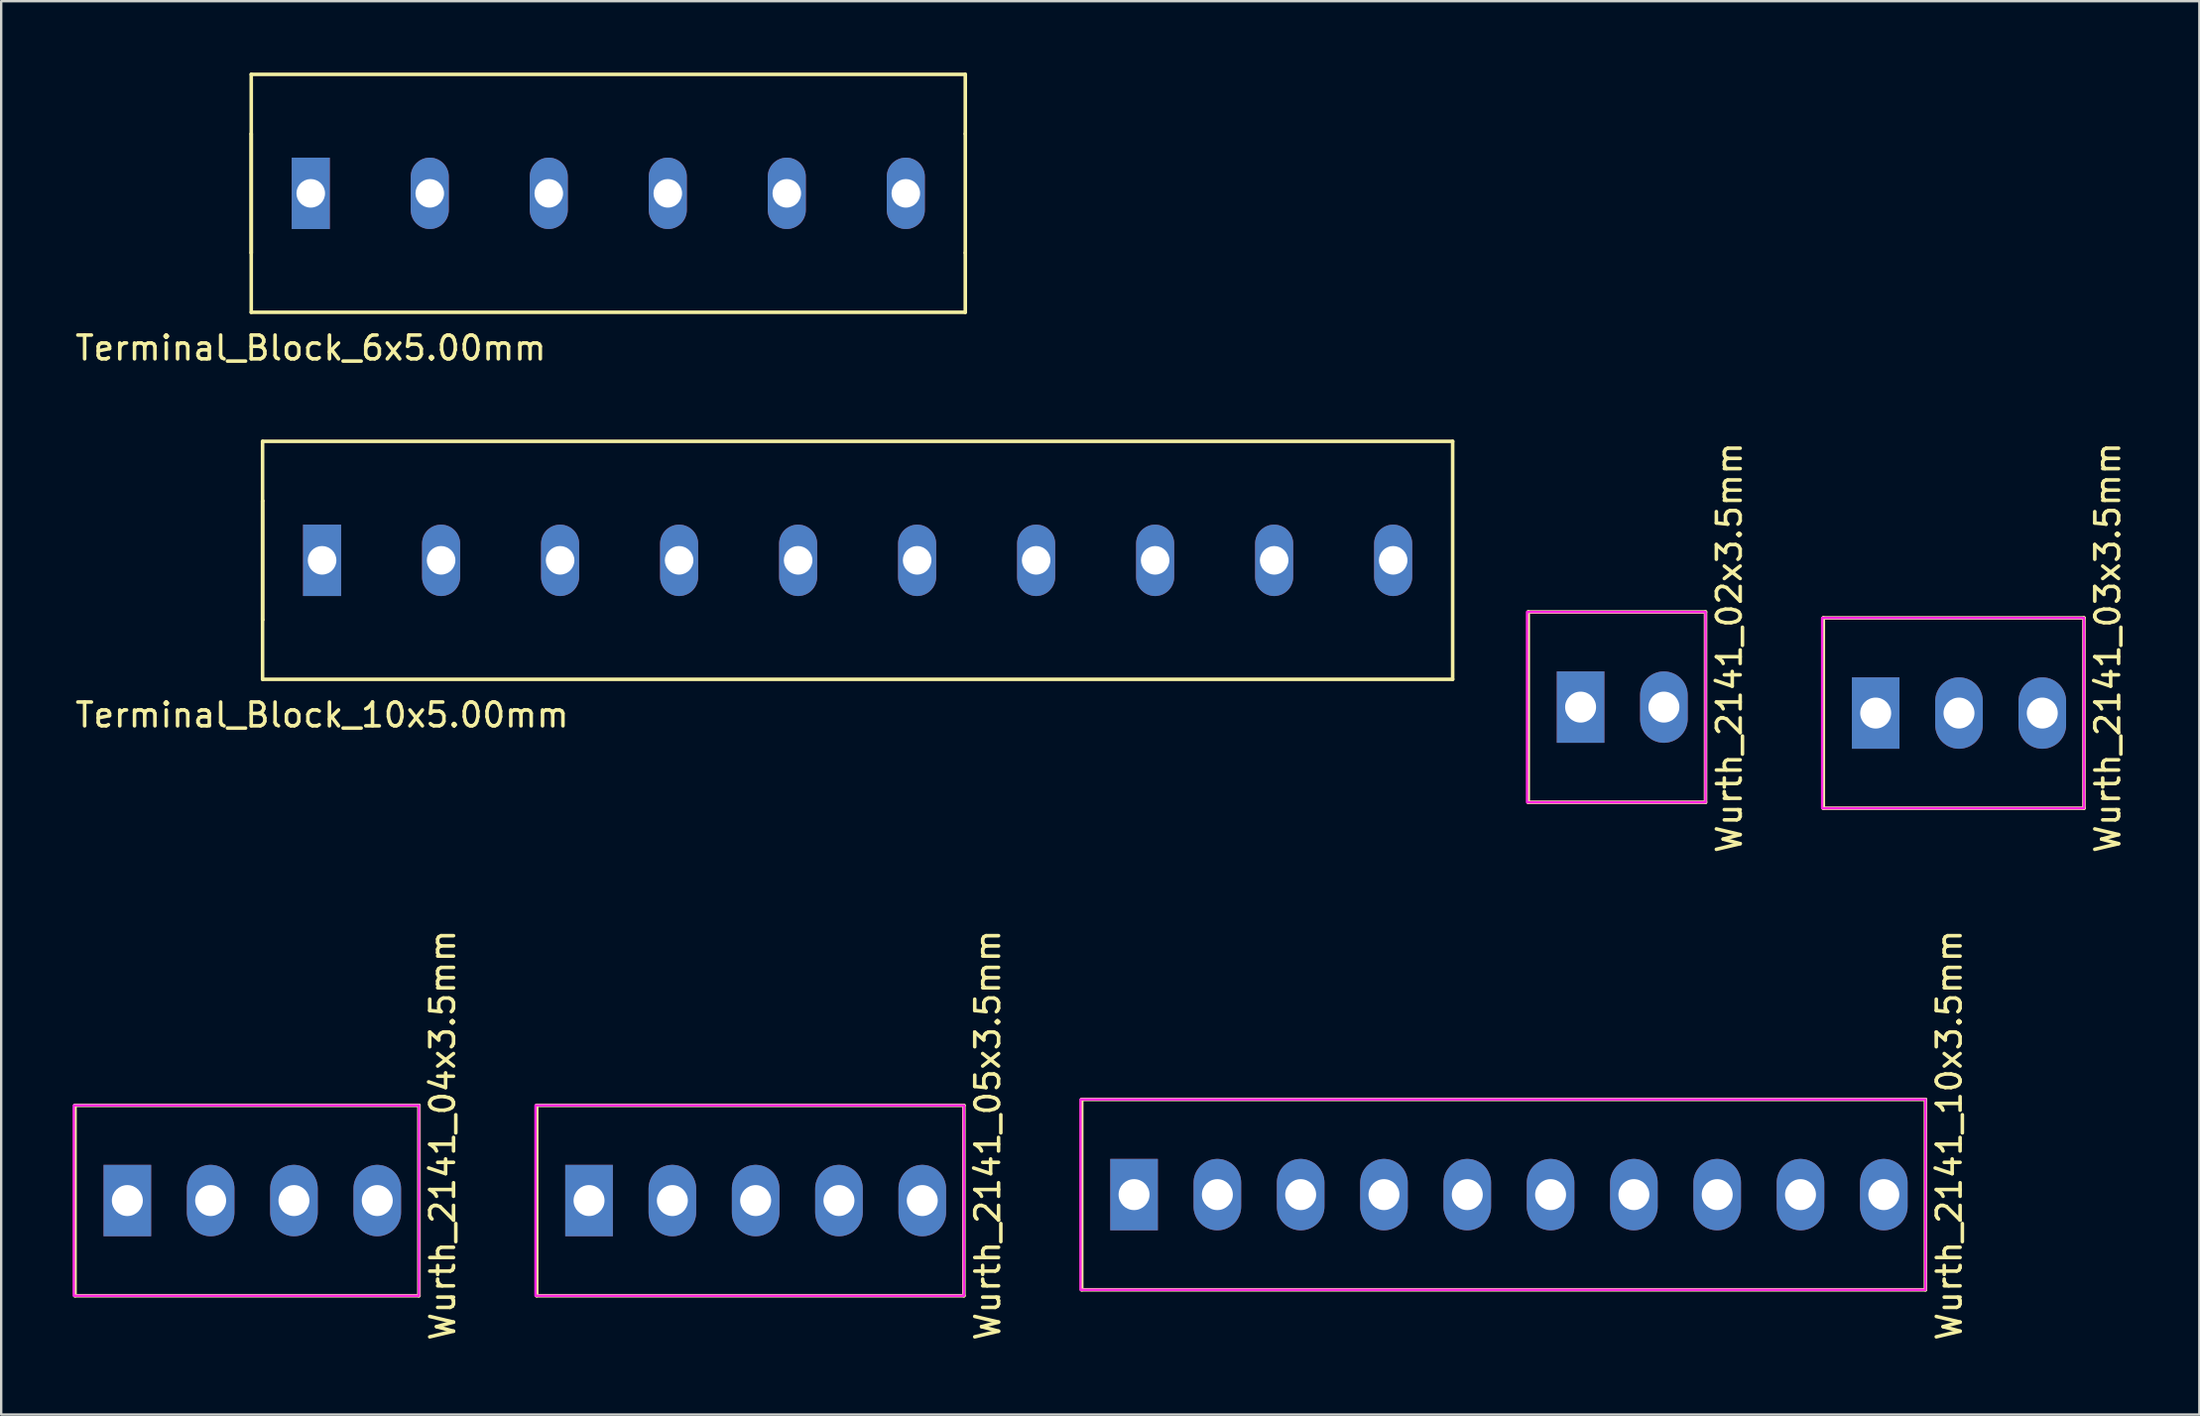
<source format=kicad_pcb>
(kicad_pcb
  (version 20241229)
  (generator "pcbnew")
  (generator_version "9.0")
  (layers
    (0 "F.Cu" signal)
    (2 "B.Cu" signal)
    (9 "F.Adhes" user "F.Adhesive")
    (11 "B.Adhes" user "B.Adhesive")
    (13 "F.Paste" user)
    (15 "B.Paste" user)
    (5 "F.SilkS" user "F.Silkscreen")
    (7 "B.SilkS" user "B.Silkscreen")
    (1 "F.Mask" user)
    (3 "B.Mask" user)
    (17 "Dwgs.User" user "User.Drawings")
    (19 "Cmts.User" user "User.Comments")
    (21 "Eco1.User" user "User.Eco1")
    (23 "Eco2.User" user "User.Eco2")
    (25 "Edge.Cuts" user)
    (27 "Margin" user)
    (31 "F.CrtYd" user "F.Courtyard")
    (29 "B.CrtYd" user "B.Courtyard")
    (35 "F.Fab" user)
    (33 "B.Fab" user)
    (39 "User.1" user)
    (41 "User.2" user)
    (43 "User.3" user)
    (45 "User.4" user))
  (footprint "Terminal_Block_10x5.00mm"
    (layer "F.Cu")
    (at 10.482 20.498)
    (property "Reference" "Terminal_Block_10x5.00mm" (at 0 6.5 0) (layer "F.SilkS") (effects (font (size 1 1) (thickness 0.15))))
    (attr through_hole)
    (fp_line (start -2.5 -5) (end -2.5 -2.5) (stroke (width 0.15) (type solid)) (layer "F.SilkS"))
    (fp_line (start -2.5 -2.5) (end -2.5 2.5) (stroke (width 0.15) (type solid)) (layer "F.SilkS"))
    (fp_line (start -2.5 -2.5) (end -2.5 2.5) (stroke (width 0.15) (type solid)) (layer "F.SilkS"))
    (fp_line (start -2.5 2.5) (end -2.5 5) (stroke (width 0.15) (type solid)) (layer "F.SilkS"))
    (fp_line (start -2.5 5) (end 47.5 5) (stroke (width 0.15) (type solid)) (layer "F.SilkS"))
    (fp_line (start 47.5 -5) (end -2.5 -5) (stroke (width 0.15) (type solid)) (layer "F.SilkS"))
    (fp_line (start 47.5 5) (end 47.5 -5) (stroke (width 0.15) (type solid)) (layer "F.SilkS"))
    (pad "1" thru_hole rect (at 0 0) (size 1.6 3) (drill 1.2) (layers "*.Cu" "*.Mask"))
    (pad "2" thru_hole oval (at 5 0) (size 1.6 3) (drill 1.2) (layers "*.Cu" "*.Mask"))
    (pad "3" thru_hole oval (at 10 0) (size 1.6 3) (drill 1.2) (layers "*.Cu" "*.Mask"))
    (pad "4" thru_hole oval (at 15 0) (size 1.6 3) (drill 1.2) (layers "*.Cu" "*.Mask"))
    (pad "5" thru_hole oval (at 20 0) (size 1.6 3) (drill 1.2) (layers "*.Cu" "*.Mask"))
    (pad "6" thru_hole oval (at 25 0) (size 1.6 3) (drill 1.2) (layers "*.Cu" "*.Mask"))
    (pad "7" thru_hole oval (at 30 0) (size 1.6 3) (drill 1.2) (layers "*.Cu" "*.Mask"))
    (pad "8" thru_hole oval (at 35 0) (size 1.6 3) (drill 1.2) (layers "*.Cu" "*.Mask"))
    (pad "9" thru_hole oval (at 40 0) (size 1.6 3) (drill 1.2) (layers "*.Cu" "*.Mask"))
    (pad "10" thru_hole oval (at 45 0) (size 1.6 3) (drill 1.2) (layers "*.Cu" "*.Mask")))
  (footprint "Wurth_2141_10x3.5mm"
    (layer "F.Cu")
    (at 49.846 47.155)
    (property "Reference" "Wurth_2141_10x3.5mm" (at 29 -2.5 90) (layer "F.SilkS") (effects (font (size 1 1) (thickness 0.15))))
    (attr through_hole)
    (fp_line (start -7.45 -4) (end -7.45 4) (stroke (width 0.15) (type solid)) (layer "F.SilkS"))
    (fp_line (start -7.45 -4) (end 28 -4) (stroke (width 0.15) (type solid)) (layer "F.SilkS"))
    (fp_line (start -7.45 4) (end 28 4) (stroke (width 0.15) (type solid)) (layer "F.SilkS"))
    (fp_line (start 28 -4) (end 28 4) (stroke (width 0.15) (type solid)) (layer "F.SilkS"))
    (fp_poly (pts (xy -7.5 -4) (xy 28 -4) (xy 28 4) (xy -7.5 4)) (stroke (width 0.1) (type solid)) (fill no) (layer "F.CrtYd"))
    (pad "1" thru_hole rect (at -5.25 0) (size 2 3) (drill 1.3) (layers "*.Cu" "*.Mask"))
    (pad "2" thru_hole oval (at -1.75 0) (size 2 3) (drill 1.3) (layers "*.Cu" "*.Mask"))
    (pad "3" thru_hole oval (at 1.75 0) (size 2 3) (drill 1.3) (layers "*.Cu" "*.Mask"))
    (pad "4" thru_hole oval (at 5.25 0) (size 2 3) (drill 1.3) (layers "*.Cu" "*.Mask"))
    (pad "5" thru_hole oval (at 8.75 0) (size 2 3) (drill 1.3) (layers "*.Cu" "*.Mask"))
    (pad "6" thru_hole oval (at 12.25 0) (size 2 3) (drill 1.3) (layers "*.Cu" "*.Mask"))
    (pad "7" thru_hole oval (at 15.75 0) (size 2 3) (drill 1.3) (layers "*.Cu" "*.Mask"))
    (pad "8" thru_hole oval (at 19.25 0) (size 2 3) (drill 1.3) (layers "*.Cu" "*.Mask"))
    (pad "9" thru_hole oval (at 22.75 0) (size 2 3) (drill 1.3) (layers "*.Cu" "*.Mask"))
    (pad "10" thru_hole oval (at 26.25 0) (size 2 3) (drill 1.3) (layers "*.Cu" "*.Mask")))
  (footprint "Wurth_2141_04x3.5mm"
    (layer "F.Cu")
    (at 7.55 47.405)
    (property "Reference" "Wurth_2141_04x3.5mm" (at 8 -2.75 90) (layer "F.SilkS") (effects (font (size 1 1) (thickness 0.15))))
    (attr through_hole)
    (fp_line (start -7.45 -4) (end -7.45 4) (stroke (width 0.15) (type solid)) (layer "F.SilkS"))
    (fp_line (start -7.45 -4) (end 7 -4) (stroke (width 0.15) (type solid)) (layer "F.SilkS"))
    (fp_line (start -7.45 4) (end 7 4) (stroke (width 0.15) (type solid)) (layer "F.SilkS"))
    (fp_line (start 7 -4) (end 7 4) (stroke (width 0.15) (type solid)) (layer "F.SilkS"))
    (fp_poly (pts (xy -7.5 -4) (xy 7 -4) (xy 7 4) (xy -7.5 4)) (stroke (width 0.1) (type solid)) (fill no) (layer "F.CrtYd"))
    (pad "1" thru_hole rect (at -5.25 0) (size 2 3) (drill 1.3) (layers "*.Cu" "*.Mask"))
    (pad "2" thru_hole oval (at -1.75 0) (size 2 3) (drill 1.3) (layers "*.Cu" "*.Mask"))
    (pad "3" thru_hole oval (at 1.75 0) (size 2 3) (drill 1.3) (layers "*.Cu" "*.Mask"))
    (pad "4" thru_hole oval (at 5.25 0) (size 2 3) (drill 1.3) (layers "*.Cu" "*.Mask")))
  (footprint "Terminal_Block_6x5.00mm"
    (layer "F.Cu")
    (at 10.006 5.075)
    (property "Reference" "Terminal_Block_6x5.00mm" (at 0 6.5 0) (layer "F.SilkS") (effects (font (size 1 1) (thickness 0.15))))
    (attr through_hole)
    (fp_line (start -2.5 -5) (end -2.5 -2.5) (stroke (width 0.15) (type solid)) (layer "F.SilkS"))
    (fp_line (start -2.5 -2.5) (end -2.5 2.5) (stroke (width 0.15) (type solid)) (layer "F.SilkS"))
    (fp_line (start -2.5 -2.5) (end -2.5 2.5) (stroke (width 0.15) (type solid)) (layer "F.SilkS"))
    (fp_line (start -2.5 2.5) (end -2.5 5) (stroke (width 0.15) (type solid)) (layer "F.SilkS"))
    (fp_line (start -2.5 5) (end 27.5 5) (stroke (width 0.15) (type solid)) (layer "F.SilkS"))
    (fp_line (start 27.5 -5) (end -2.5 -5) (stroke (width 0.15) (type solid)) (layer "F.SilkS"))
    (fp_line (start 27.5 -2.5) (end 27.5 -5) (stroke (width 0.15) (type solid)) (layer "F.SilkS"))
    (fp_line (start 27.5 -2.5) (end 27.5 2.5) (stroke (width 0.15) (type solid)) (layer "F.SilkS"))
    (fp_line (start 27.5 5) (end 27.5 2.5) (stroke (width 0.15) (type solid)) (layer "F.SilkS"))
    (pad "1" thru_hole rect (at 0 0) (size 1.6 3) (drill 1.2) (layers "*.Cu" "*.Mask"))
    (pad "2" thru_hole oval (at 5 0) (size 1.6 3) (drill 1.2) (layers "*.Cu" "*.Mask"))
    (pad "3" thru_hole oval (at 10 0) (size 1.6 3) (drill 1.2) (layers "*.Cu" "*.Mask"))
    (pad "4" thru_hole oval (at 15 0) (size 1.6 3) (drill 1.2) (layers "*.Cu" "*.Mask"))
    (pad "5" thru_hole oval (at 20 0) (size 1.6 3) (drill 1.2) (layers "*.Cu" "*.Mask"))
    (pad "6" thru_hole oval (at 25 0) (size 1.6 3) (drill 1.2) (layers "*.Cu" "*.Mask")))
  (footprint "Wurth_2141_03x3.5mm"
    (layer "F.Cu")
    (at 79.255 26.917)
    (property "Reference" "Wurth_2141_03x3.5mm" (at 6.25 -2.75 90) (layer "F.SilkS") (effects (font (size 1 1) (thickness 0.15))))
    (attr through_hole)
    (fp_line (start -5.7 -4) (end -5.7 4) (stroke (width 0.15) (type solid)) (layer "F.SilkS"))
    (fp_line (start -5.7 -4) (end 5.25 -4) (stroke (width 0.15) (type solid)) (layer "F.SilkS"))
    (fp_line (start -5.7 4) (end 5.25 4) (stroke (width 0.15) (type solid)) (layer "F.SilkS"))
    (fp_line (start 5.25 -4) (end 5.25 4) (stroke (width 0.15) (type solid)) (layer "F.SilkS"))
    (fp_poly (pts (xy -5.75 -4) (xy 5.25 -4) (xy 5.25 4) (xy -5.75 4)) (stroke (width 0.1) (type solid)) (fill no) (layer "F.CrtYd"))
    (pad "1" thru_hole rect (at -3.5 0) (size 2 3) (drill 1.3) (layers "*.Cu" "*.Mask"))
    (pad "2" thru_hole oval (at 0 0) (size 2 3) (drill 1.3) (layers "*.Cu" "*.Mask"))
    (pad "3" thru_hole oval (at 3.5 0) (size 2 3) (drill 1.3) (layers "*.Cu" "*.Mask")))
  (footprint "Wurth_2141_02x3.5mm"
    (layer "F.Cu")
    (at 65.107 26.667)
    (property "Reference" "Wurth_2141_02x3.5mm" (at 4.5 -2.5 90) (layer "F.SilkS") (effects (font (size 1 1) (thickness 0.15))))
    (attr through_hole)
    (fp_line (start -3.95 -4) (end -3.95 4) (stroke (width 0.15) (type solid)) (layer "F.SilkS"))
    (fp_line (start -3.95 -4) (end 3.5 -4) (stroke (width 0.15) (type solid)) (layer "F.SilkS"))
    (fp_line (start -3.95 4) (end 3.5 4) (stroke (width 0.15) (type solid)) (layer "F.SilkS"))
    (fp_line (start 3.5 -4) (end 3.5 4) (stroke (width 0.15) (type solid)) (layer "F.SilkS"))
    (fp_poly (pts (xy -4 -4) (xy 3.5 -4) (xy 3.5 4) (xy -4 4)) (stroke (width 0.1) (type solid)) (fill no) (layer "F.CrtYd"))
    (pad "1" thru_hole rect (at -1.75 0) (size 2 3) (drill 1.3) (layers "*.Cu" "*.Mask"))
    (pad "2" thru_hole oval (at 1.75 0) (size 2 3) (drill 1.3) (layers "*.Cu" "*.Mask")))
  (footprint "Wurth_2141_05x3.5mm"
    (layer "F.Cu")
    (at 26.948 47.405)
    (property "Reference" "Wurth_2141_05x3.5mm" (at 11.5 -2.75 90) (layer "F.SilkS") (effects (font (size 1 1) (thickness 0.15))))
    (attr through_hole)
    (fp_line (start -7.45 -4) (end -7.45 4) (stroke (width 0.15) (type solid)) (layer "F.SilkS"))
    (fp_line (start -7.45 -4) (end 10.5 -4) (stroke (width 0.15) (type solid)) (layer "F.SilkS"))
    (fp_line (start -7.45 4) (end 10.5 4) (stroke (width 0.15) (type solid)) (layer "F.SilkS"))
    (fp_line (start 10.5 -4) (end 10.5 4) (stroke (width 0.15) (type solid)) (layer "F.SilkS"))
    (fp_poly (pts (xy -7.5 -4) (xy 10.5 -4) (xy 10.5 4) (xy -7.5 4)) (stroke (width 0.1) (type solid)) (fill no) (layer "F.CrtYd"))
    (pad "1" thru_hole rect (at -5.25 0) (size 2 3) (drill 1.3) (layers "*.Cu" "*.Mask"))
    (pad "2" thru_hole oval (at -1.75 0) (size 2 3) (drill 1.3) (layers "*.Cu" "*.Mask"))
    (pad "3" thru_hole oval (at 1.75 0) (size 2 3) (drill 1.3) (layers "*.Cu" "*.Mask"))
    (pad "4" thru_hole oval (at 5.25 0) (size 2 3) (drill 1.3) (layers "*.Cu" "*.Mask"))
    (pad "5" thru_hole oval (at 8.75 0) (size 2 3) (drill 1.3) (layers "*.Cu" "*.Mask")))
  (gr_rect
    (start -3 -3)
    (end 89.354 56.399)
    (stroke (width 0.1) (type default))
    (fill no)
    (layer "Edge.Cuts")))
</source>
